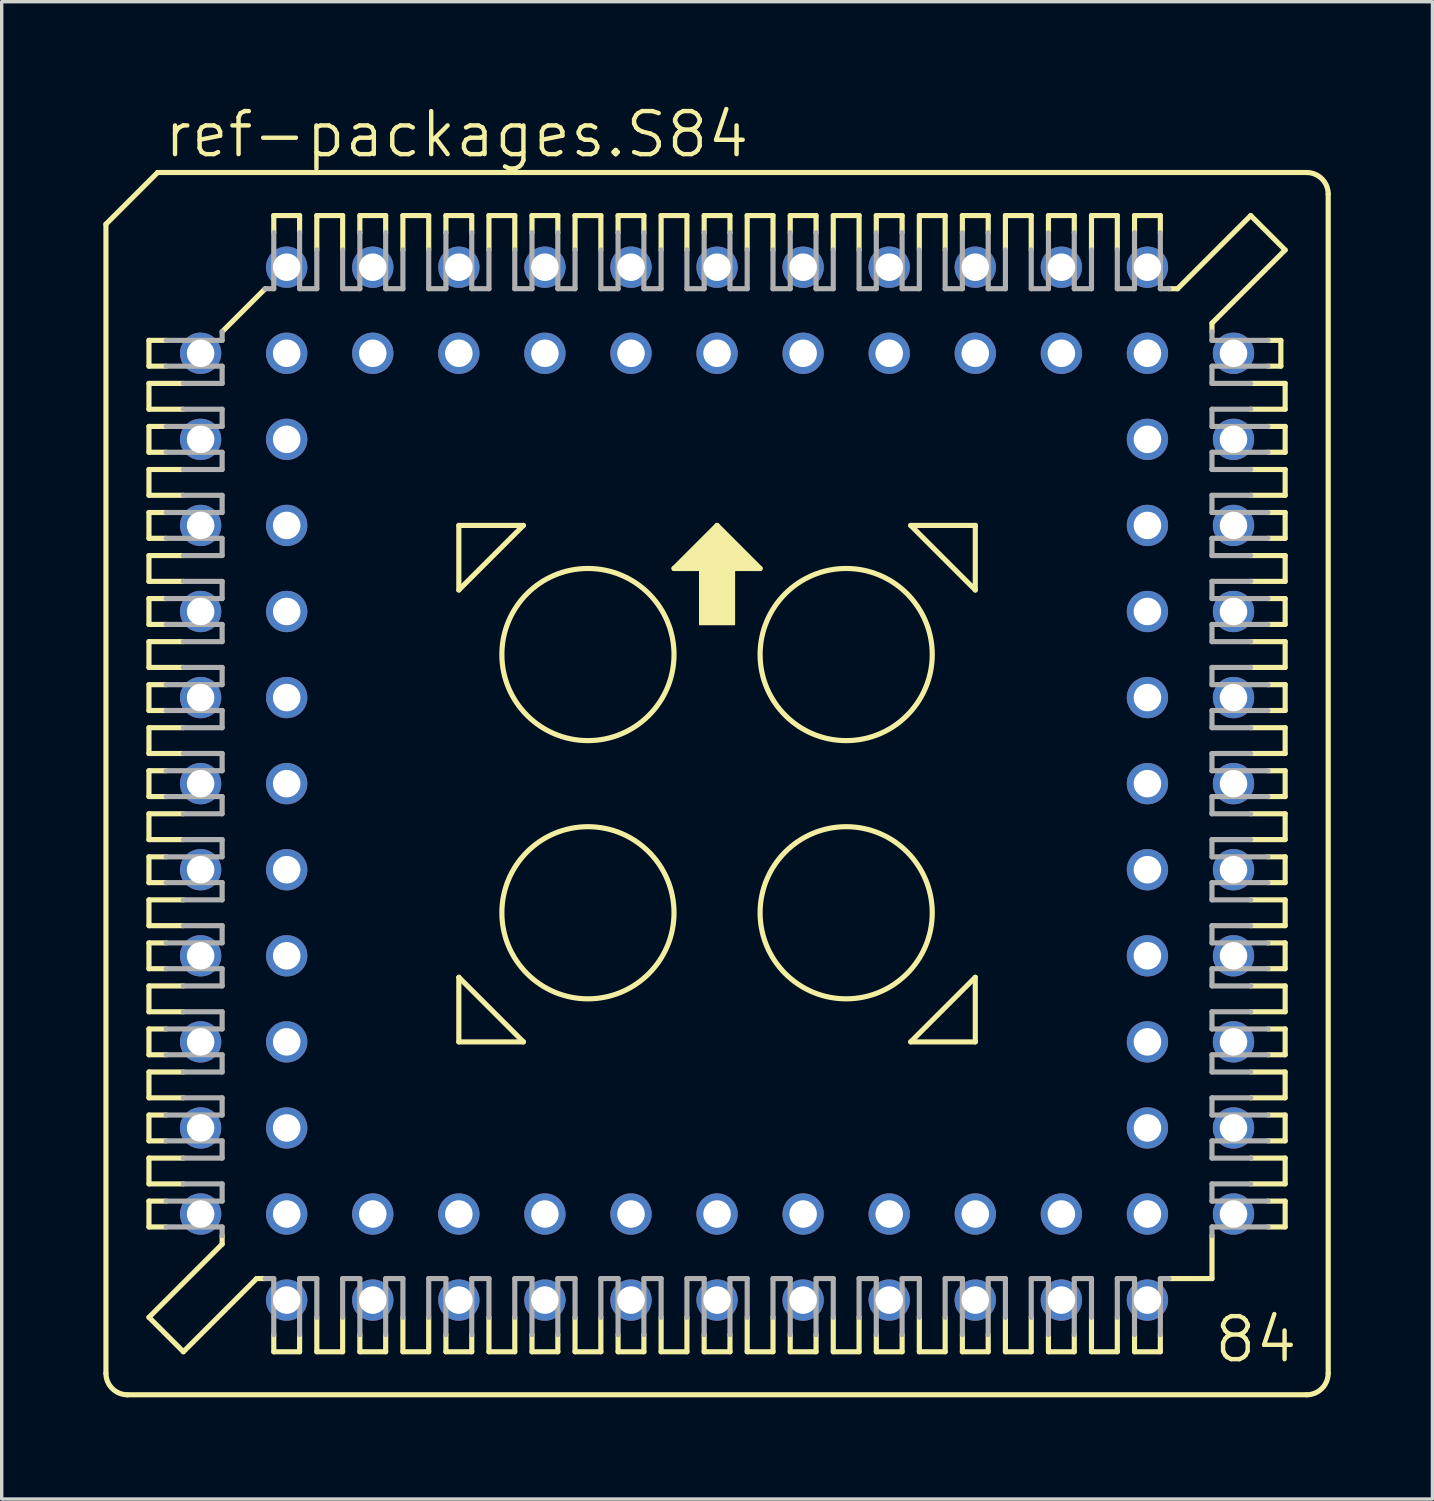
<source format=kicad_pcb>
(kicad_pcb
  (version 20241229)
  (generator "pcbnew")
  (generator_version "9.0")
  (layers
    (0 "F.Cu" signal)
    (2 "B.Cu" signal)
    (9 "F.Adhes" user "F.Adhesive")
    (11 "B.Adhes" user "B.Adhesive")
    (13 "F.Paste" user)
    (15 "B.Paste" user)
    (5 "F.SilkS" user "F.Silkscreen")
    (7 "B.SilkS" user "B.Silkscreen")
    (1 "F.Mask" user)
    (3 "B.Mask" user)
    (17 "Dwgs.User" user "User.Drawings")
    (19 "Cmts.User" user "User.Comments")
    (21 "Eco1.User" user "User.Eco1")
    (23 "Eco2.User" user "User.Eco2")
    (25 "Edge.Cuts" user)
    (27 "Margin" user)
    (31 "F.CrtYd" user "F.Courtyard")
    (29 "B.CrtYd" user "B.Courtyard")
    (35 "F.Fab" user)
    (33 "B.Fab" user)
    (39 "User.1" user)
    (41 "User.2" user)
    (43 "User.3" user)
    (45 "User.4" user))
  (footprint "ref-packages.S84"
    (layer "F.Cu")
    (at 18.11 20.075)
    (property "Reference" "ref-packages.S84" (at -16.383 -18.415 0) (layer "F.SilkS") (effects (font (size 1.27 1.27) (thickness 0.13)) (justify left bottom)))
    (attr through_hole)
    (fp_line (start -18.034 -16.51) (end -18.034 17.399) (stroke (width 0.152) (type default)) (layer "F.SilkS"))
    (fp_line (start -16.764 -13.081) (end -16.764 -12.319) (stroke (width 0.152) (type default)) (layer "F.SilkS"))
    (fp_line (start -16.764 -12.319) (end -16.256 -12.319) (stroke (width 0.152) (type default)) (layer "F.SilkS"))
    (fp_line (start -16.764 -11.811) (end -16.764 -11.049) (stroke (width 0.152) (type default)) (layer "F.SilkS"))
    (fp_line (start -16.764 -11.049) (end -15.748 -11.049) (stroke (width 0.152) (type default)) (layer "F.SilkS"))
    (fp_line (start -16.764 -10.541) (end -16.764 -9.779) (stroke (width 0.152) (type default)) (layer "F.SilkS"))
    (fp_line (start -16.764 -9.779) (end -16.256 -9.779) (stroke (width 0.152) (type default)) (layer "F.SilkS"))
    (fp_line (start -16.764 -9.271) (end -16.764 -8.509) (stroke (width 0.152) (type default)) (layer "F.SilkS"))
    (fp_line (start -16.764 -8.509) (end -15.748 -8.509) (stroke (width 0.152) (type default)) (layer "F.SilkS"))
    (fp_line (start -16.764 -8.001) (end -16.256 -8.001) (stroke (width 0.152) (type default)) (layer "F.SilkS"))
    (fp_line (start -16.764 -7.239) (end -16.764 -8.001) (stroke (width 0.152) (type default)) (layer "F.SilkS"))
    (fp_line (start -16.764 -6.731) (end -16.764 -5.969) (stroke (width 0.152) (type default)) (layer "F.SilkS"))
    (fp_line (start -16.764 -5.969) (end -15.748 -5.969) (stroke (width 0.152) (type default)) (layer "F.SilkS"))
    (fp_line (start -16.764 -5.461) (end -16.764 -4.699) (stroke (width 0.152) (type default)) (layer "F.SilkS"))
    (fp_line (start -16.764 -4.699) (end -16.256 -4.699) (stroke (width 0.152) (type default)) (layer "F.SilkS"))
    (fp_line (start -16.764 -4.191) (end -16.764 -3.429) (stroke (width 0.152) (type default)) (layer "F.SilkS"))
    (fp_line (start -16.764 -3.429) (end -15.748 -3.429) (stroke (width 0.152) (type default)) (layer "F.SilkS"))
    (fp_line (start -16.764 -2.921) (end -16.764 -2.159) (stroke (width 0.152) (type default)) (layer "F.SilkS"))
    (fp_line (start -16.764 -2.159) (end -16.256 -2.159) (stroke (width 0.152) (type default)) (layer "F.SilkS"))
    (fp_line (start -16.764 -1.651) (end -15.748 -1.651) (stroke (width 0.152) (type default)) (layer "F.SilkS"))
    (fp_line (start -16.764 -0.889) (end -16.764 -1.651) (stroke (width 0.152) (type default)) (layer "F.SilkS"))
    (fp_line (start -16.764 -0.381) (end -16.256 -0.381) (stroke (width 0.152) (type default)) (layer "F.SilkS"))
    (fp_line (start -16.764 0.381) (end -16.764 -0.381) (stroke (width 0.152) (type default)) (layer "F.SilkS"))
    (fp_line (start -16.764 0.889) (end -15.748 0.889) (stroke (width 0.152) (type default)) (layer "F.SilkS"))
    (fp_line (start -16.764 1.651) (end -16.764 0.889) (stroke (width 0.152) (type default)) (layer "F.SilkS"))
    (fp_line (start -16.764 2.159) (end -16.256 2.159) (stroke (width 0.152) (type default)) (layer "F.SilkS"))
    (fp_line (start -16.764 2.921) (end -16.764 2.159) (stroke (width 0.152) (type default)) (layer "F.SilkS"))
    (fp_line (start -16.764 3.429) (end -15.748 3.429) (stroke (width 0.152) (type default)) (layer "F.SilkS"))
    (fp_line (start -16.764 4.191) (end -16.764 3.429) (stroke (width 0.152) (type default)) (layer "F.SilkS"))
    (fp_line (start -16.764 4.699) (end -16.256 4.699) (stroke (width 0.152) (type default)) (layer "F.SilkS"))
    (fp_line (start -16.764 5.461) (end -16.764 4.699) (stroke (width 0.152) (type default)) (layer "F.SilkS"))
    (fp_line (start -16.764 5.969) (end -16.764 6.731) (stroke (width 0.152) (type default)) (layer "F.SilkS"))
    (fp_line (start -16.764 6.731) (end -15.748 6.731) (stroke (width 0.152) (type default)) (layer "F.SilkS"))
    (fp_line (start -16.764 7.239) (end -16.764 8.001) (stroke (width 0.152) (type default)) (layer "F.SilkS"))
    (fp_line (start -16.764 8.001) (end -16.256 8.001) (stroke (width 0.152) (type default)) (layer "F.SilkS"))
    (fp_line (start -16.764 8.509) (end -16.764 9.271) (stroke (width 0.152) (type default)) (layer "F.SilkS"))
    (fp_line (start -16.764 9.271) (end -15.748 9.271) (stroke (width 0.152) (type default)) (layer "F.SilkS"))
    (fp_line (start -16.764 9.779) (end -16.764 10.541) (stroke (width 0.152) (type default)) (layer "F.SilkS"))
    (fp_line (start -16.764 10.541) (end -16.256 10.541) (stroke (width 0.152) (type default)) (layer "F.SilkS"))
    (fp_line (start -16.764 11.049) (end -15.748 11.049) (stroke (width 0.152) (type default)) (layer "F.SilkS"))
    (fp_line (start -16.764 11.811) (end -16.764 11.049) (stroke (width 0.152) (type default)) (layer "F.SilkS"))
    (fp_line (start -16.764 12.319) (end -16.256 12.319) (stroke (width 0.152) (type default)) (layer "F.SilkS"))
    (fp_line (start -16.764 13.081) (end -16.764 12.319) (stroke (width 0.152) (type default)) (layer "F.SilkS"))
    (fp_line (start -16.764 15.748) (end -14.605 13.589) (stroke (width 0.152) (type default)) (layer "F.SilkS"))
    (fp_line (start -16.51 -18.034) (end -18.034 -16.51) (stroke (width 0.152) (type default)) (layer "F.SilkS"))
    (fp_line (start -16.256 -13.081) (end -16.764 -13.081) (stroke (width 0.152) (type default)) (layer "F.SilkS"))
    (fp_line (start -16.256 -10.541) (end -16.764 -10.541) (stroke (width 0.152) (type default)) (layer "F.SilkS"))
    (fp_line (start -16.256 -7.239) (end -16.764 -7.239) (stroke (width 0.152) (type default)) (layer "F.SilkS"))
    (fp_line (start -16.256 -5.461) (end -16.764 -5.461) (stroke (width 0.152) (type default)) (layer "F.SilkS"))
    (fp_line (start -16.256 -2.921) (end -16.764 -2.921) (stroke (width 0.152) (type default)) (layer "F.SilkS"))
    (fp_line (start -16.256 0.381) (end -16.764 0.381) (stroke (width 0.152) (type default)) (layer "F.SilkS"))
    (fp_line (start -16.256 2.921) (end -16.764 2.921) (stroke (width 0.152) (type default)) (layer "F.SilkS"))
    (fp_line (start -16.256 5.461) (end -16.764 5.461) (stroke (width 0.152) (type default)) (layer "F.SilkS"))
    (fp_line (start -16.256 7.239) (end -16.764 7.239) (stroke (width 0.152) (type default)) (layer "F.SilkS"))
    (fp_line (start -16.256 9.779) (end -16.764 9.779) (stroke (width 0.152) (type default)) (layer "F.SilkS"))
    (fp_line (start -16.256 13.081) (end -16.764 13.081) (stroke (width 0.152) (type default)) (layer "F.SilkS"))
    (fp_line (start -15.748 -11.811) (end -16.764 -11.811) (stroke (width 0.152) (type default)) (layer "F.SilkS"))
    (fp_line (start -15.748 -9.271) (end -16.764 -9.271) (stroke (width 0.152) (type default)) (layer "F.SilkS"))
    (fp_line (start -15.748 -6.731) (end -16.764 -6.731) (stroke (width 0.152) (type default)) (layer "F.SilkS"))
    (fp_line (start -15.748 -4.191) (end -16.764 -4.191) (stroke (width 0.152) (type default)) (layer "F.SilkS"))
    (fp_line (start -15.748 -0.889) (end -16.764 -0.889) (stroke (width 0.152) (type default)) (layer "F.SilkS"))
    (fp_line (start -15.748 1.651) (end -16.764 1.651) (stroke (width 0.152) (type default)) (layer "F.SilkS"))
    (fp_line (start -15.748 4.191) (end -16.764 4.191) (stroke (width 0.152) (type default)) (layer "F.SilkS"))
    (fp_line (start -15.748 5.969) (end -16.764 5.969) (stroke (width 0.152) (type default)) (layer "F.SilkS"))
    (fp_line (start -15.748 8.509) (end -16.764 8.509) (stroke (width 0.152) (type default)) (layer "F.SilkS"))
    (fp_line (start -15.748 11.811) (end -16.764 11.811) (stroke (width 0.152) (type default)) (layer "F.SilkS"))
    (fp_line (start -15.748 16.764) (end -16.764 15.748) (stroke (width 0.152) (type default)) (layer "F.SilkS"))
    (fp_line (start -15.748 16.764) (end -13.589 14.605) (stroke (width 0.152) (type default)) (layer "F.SilkS"))
    (fp_line (start -14.605 -13.335) (end -13.335 -14.605) (stroke (width 0.152) (type default)) (layer "F.SilkS"))
    (fp_line (start -14.605 13.589) (end -14.605 13.335) (stroke (width 0.152) (type default)) (layer "F.SilkS"))
    (fp_line (start -13.589 14.605) (end -13.335 14.605) (stroke (width 0.152) (type default)) (layer "F.SilkS"))
    (fp_line (start -13.081 -16.764) (end -13.081 -16.256) (stroke (width 0.152) (type default)) (layer "F.SilkS"))
    (fp_line (start -13.081 16.256) (end -13.081 16.764) (stroke (width 0.152) (type default)) (layer "F.SilkS"))
    (fp_line (start -13.081 16.764) (end -12.319 16.764) (stroke (width 0.152) (type default)) (layer "F.SilkS"))
    (fp_line (start -12.319 -16.764) (end -13.081 -16.764) (stroke (width 0.152) (type default)) (layer "F.SilkS"))
    (fp_line (start -12.319 -16.256) (end -12.319 -16.764) (stroke (width 0.152) (type default)) (layer "F.SilkS"))
    (fp_line (start -12.319 16.764) (end -12.319 16.256) (stroke (width 0.152) (type default)) (layer "F.SilkS"))
    (fp_line (start -11.811 -16.764) (end -11.049 -16.764) (stroke (width 0.152) (type default)) (layer "F.SilkS"))
    (fp_line (start -11.811 -15.748) (end -11.811 -16.764) (stroke (width 0.152) (type default)) (layer "F.SilkS"))
    (fp_line (start -11.811 15.748) (end -11.811 16.764) (stroke (width 0.152) (type default)) (layer "F.SilkS"))
    (fp_line (start -11.811 16.764) (end -11.049 16.764) (stroke (width 0.152) (type default)) (layer "F.SilkS"))
    (fp_line (start -11.049 -16.764) (end -11.049 -15.748) (stroke (width 0.152) (type default)) (layer "F.SilkS"))
    (fp_line (start -11.049 16.764) (end -11.049 15.748) (stroke (width 0.152) (type default)) (layer "F.SilkS"))
    (fp_line (start -10.541 -16.764) (end -10.541 -16.256) (stroke (width 0.152) (type default)) (layer "F.SilkS"))
    (fp_line (start -10.541 16.256) (end -10.541 16.764) (stroke (width 0.152) (type default)) (layer "F.SilkS"))
    (fp_line (start -10.541 16.764) (end -9.779 16.764) (stroke (width 0.152) (type default)) (layer "F.SilkS"))
    (fp_line (start -9.779 -16.764) (end -10.541 -16.764) (stroke (width 0.152) (type default)) (layer "F.SilkS"))
    (fp_line (start -9.779 -16.256) (end -9.779 -16.764) (stroke (width 0.152) (type default)) (layer "F.SilkS"))
    (fp_line (start -9.779 16.764) (end -9.779 16.256) (stroke (width 0.152) (type default)) (layer "F.SilkS"))
    (fp_line (start -9.271 -16.764) (end -9.271 -15.748) (stroke (width 0.152) (type default)) (layer "F.SilkS"))
    (fp_line (start -9.271 15.748) (end -9.271 16.764) (stroke (width 0.152) (type default)) (layer "F.SilkS"))
    (fp_line (start -9.271 16.764) (end -8.509 16.764) (stroke (width 0.152) (type default)) (layer "F.SilkS"))
    (fp_line (start -8.509 -16.764) (end -9.271 -16.764) (stroke (width 0.152) (type default)) (layer "F.SilkS"))
    (fp_line (start -8.509 -15.748) (end -8.509 -16.764) (stroke (width 0.152) (type default)) (layer "F.SilkS"))
    (fp_line (start -8.509 16.764) (end -8.509 15.748) (stroke (width 0.152) (type default)) (layer "F.SilkS"))
    (fp_line (start -8.001 -16.764) (end -8.001 -16.256) (stroke (width 0.152) (type default)) (layer "F.SilkS"))
    (fp_line (start -8.001 16.764) (end -8.001 16.256) (stroke (width 0.152) (type default)) (layer "F.SilkS"))
    (fp_line (start -7.62 -7.62) (end -5.715 -7.62) (stroke (width 0.152) (type default)) (layer "F.SilkS"))
    (fp_line (start -7.62 -5.715) (end -7.62 -7.62) (stroke (width 0.152) (type default)) (layer "F.SilkS"))
    (fp_line (start -7.62 5.715) (end -5.715 7.62) (stroke (width 0.152) (type default)) (layer "F.SilkS"))
    (fp_line (start -7.62 7.62) (end -7.62 5.715) (stroke (width 0.152) (type default)) (layer "F.SilkS"))
    (fp_line (start -7.239 -16.764) (end -8.001 -16.764) (stroke (width 0.152) (type default)) (layer "F.SilkS"))
    (fp_line (start -7.239 -16.256) (end -7.239 -16.764) (stroke (width 0.152) (type default)) (layer "F.SilkS"))
    (fp_line (start -7.239 16.256) (end -7.239 16.764) (stroke (width 0.152) (type default)) (layer "F.SilkS"))
    (fp_line (start -7.239 16.764) (end -8.001 16.764) (stroke (width 0.152) (type default)) (layer "F.SilkS"))
    (fp_line (start -6.731 -16.764) (end -6.731 -15.748) (stroke (width 0.152) (type default)) (layer "F.SilkS"))
    (fp_line (start -6.731 15.748) (end -6.731 16.764) (stroke (width 0.152) (type default)) (layer "F.SilkS"))
    (fp_line (start -6.731 16.764) (end -5.969 16.764) (stroke (width 0.152) (type default)) (layer "F.SilkS"))
    (fp_line (start -5.969 -16.764) (end -6.731 -16.764) (stroke (width 0.152) (type default)) (layer "F.SilkS"))
    (fp_line (start -5.969 -15.748) (end -5.969 -16.764) (stroke (width 0.152) (type default)) (layer "F.SilkS"))
    (fp_line (start -5.969 16.764) (end -5.969 15.748) (stroke (width 0.152) (type default)) (layer "F.SilkS"))
    (fp_line (start -5.715 -7.62) (end -7.62 -5.715) (stroke (width 0.152) (type default)) (layer "F.SilkS"))
    (fp_line (start -5.715 7.62) (end -7.62 7.62) (stroke (width 0.152) (type default)) (layer "F.SilkS"))
    (fp_line (start -5.461 -16.764) (end -5.461 -16.256) (stroke (width 0.152) (type default)) (layer "F.SilkS"))
    (fp_line (start -5.461 16.256) (end -5.461 16.764) (stroke (width 0.152) (type default)) (layer "F.SilkS"))
    (fp_line (start -5.461 16.764) (end -4.699 16.764) (stroke (width 0.152) (type default)) (layer "F.SilkS"))
    (fp_line (start -4.699 -16.764) (end -5.461 -16.764) (stroke (width 0.152) (type default)) (layer "F.SilkS"))
    (fp_line (start -4.699 -16.256) (end -4.699 -16.764) (stroke (width 0.152) (type default)) (layer "F.SilkS"))
    (fp_line (start -4.699 16.764) (end -4.699 16.256) (stroke (width 0.152) (type default)) (layer "F.SilkS"))
    (fp_line (start -4.191 -16.764) (end -4.191 -15.748) (stroke (width 0.152) (type default)) (layer "F.SilkS"))
    (fp_line (start -4.191 15.748) (end -4.191 16.764) (stroke (width 0.152) (type default)) (layer "F.SilkS"))
    (fp_line (start -4.191 16.764) (end -3.429 16.764) (stroke (width 0.152) (type default)) (layer "F.SilkS"))
    (fp_line (start -3.429 -16.764) (end -4.191 -16.764) (stroke (width 0.152) (type default)) (layer "F.SilkS"))
    (fp_line (start -3.429 -15.748) (end -3.429 -16.764) (stroke (width 0.152) (type default)) (layer "F.SilkS"))
    (fp_line (start -3.429 16.764) (end -3.429 15.748) (stroke (width 0.152) (type default)) (layer "F.SilkS"))
    (fp_line (start -2.921 -16.764) (end -2.921 -16.256) (stroke (width 0.152) (type default)) (layer "F.SilkS"))
    (fp_line (start -2.921 16.256) (end -2.921 16.764) (stroke (width 0.152) (type default)) (layer "F.SilkS"))
    (fp_line (start -2.921 16.764) (end -2.159 16.764) (stroke (width 0.152) (type default)) (layer "F.SilkS"))
    (fp_line (start -2.159 -16.764) (end -2.921 -16.764) (stroke (width 0.152) (type default)) (layer "F.SilkS"))
    (fp_line (start -2.159 -16.256) (end -2.159 -16.764) (stroke (width 0.152) (type default)) (layer "F.SilkS"))
    (fp_line (start -2.159 16.764) (end -2.159 16.256) (stroke (width 0.152) (type default)) (layer "F.SilkS"))
    (fp_line (start -1.651 -16.764) (end -1.651 -15.748) (stroke (width 0.152) (type default)) (layer "F.SilkS"))
    (fp_line (start -1.651 15.748) (end -1.651 16.764) (stroke (width 0.152) (type default)) (layer "F.SilkS"))
    (fp_line (start -1.651 16.764) (end -0.889 16.764) (stroke (width 0.152) (type default)) (layer "F.SilkS"))
    (fp_line (start -1.27 -6.35) (end 1.27 -6.35) (stroke (width 0.152) (type default)) (layer "F.SilkS"))
    (fp_line (start -0.889 -16.764) (end -1.651 -16.764) (stroke (width 0.152) (type default)) (layer "F.SilkS"))
    (fp_line (start -0.889 -15.748) (end -0.889 -16.764) (stroke (width 0.152) (type default)) (layer "F.SilkS"))
    (fp_line (start -0.889 16.764) (end -0.889 15.748) (stroke (width 0.152) (type default)) (layer "F.SilkS"))
    (fp_line (start -0.381 -16.764) (end -0.381 -16.256) (stroke (width 0.152) (type default)) (layer "F.SilkS"))
    (fp_line (start -0.381 16.256) (end -0.381 16.764) (stroke (width 0.152) (type default)) (layer "F.SilkS"))
    (fp_line (start -0.381 16.764) (end 0.381 16.764) (stroke (width 0.152) (type default)) (layer "F.SilkS"))
    (fp_line (start 0 -7.62) (end -1.27 -6.35) (stroke (width 0.152) (type default)) (layer "F.SilkS"))
    (fp_line (start 0.381 -16.764) (end -0.381 -16.764) (stroke (width 0.152) (type default)) (layer "F.SilkS"))
    (fp_line (start 0.381 -16.256) (end 0.381 -16.764) (stroke (width 0.152) (type default)) (layer "F.SilkS"))
    (fp_line (start 0.381 16.764) (end 0.381 16.256) (stroke (width 0.152) (type default)) (layer "F.SilkS"))
    (fp_line (start 0.889 -16.764) (end 0.889 -15.748) (stroke (width 0.152) (type default)) (layer "F.SilkS"))
    (fp_line (start 0.889 15.748) (end 0.889 16.764) (stroke (width 0.152) (type default)) (layer "F.SilkS"))
    (fp_line (start 0.889 16.764) (end 1.651 16.764) (stroke (width 0.152) (type default)) (layer "F.SilkS"))
    (fp_line (start 1.27 -6.35) (end 0 -7.62) (stroke (width 0.152) (type default)) (layer "F.SilkS"))
    (fp_line (start 1.651 -16.764) (end 0.889 -16.764) (stroke (width 0.152) (type default)) (layer "F.SilkS"))
    (fp_line (start 1.651 -15.748) (end 1.651 -16.764) (stroke (width 0.152) (type default)) (layer "F.SilkS"))
    (fp_line (start 1.651 16.764) (end 1.651 15.748) (stroke (width 0.152) (type default)) (layer "F.SilkS"))
    (fp_line (start 2.159 -16.764) (end 2.159 -16.256) (stroke (width 0.152) (type default)) (layer "F.SilkS"))
    (fp_line (start 2.159 16.256) (end 2.159 16.764) (stroke (width 0.152) (type default)) (layer "F.SilkS"))
    (fp_line (start 2.159 16.764) (end 2.921 16.764) (stroke (width 0.152) (type default)) (layer "F.SilkS"))
    (fp_line (start 2.921 -16.764) (end 2.159 -16.764) (stroke (width 0.152) (type default)) (layer "F.SilkS"))
    (fp_line (start 2.921 -16.256) (end 2.921 -16.764) (stroke (width 0.152) (type default)) (layer "F.SilkS"))
    (fp_line (start 2.921 16.764) (end 2.921 16.256) (stroke (width 0.152) (type default)) (layer "F.SilkS"))
    (fp_line (start 3.429 -16.764) (end 3.429 -15.748) (stroke (width 0.152) (type default)) (layer "F.SilkS"))
    (fp_line (start 3.429 15.748) (end 3.429 16.764) (stroke (width 0.152) (type default)) (layer "F.SilkS"))
    (fp_line (start 3.429 16.764) (end 4.191 16.764) (stroke (width 0.152) (type default)) (layer "F.SilkS"))
    (fp_line (start 4.191 -16.764) (end 3.429 -16.764) (stroke (width 0.152) (type default)) (layer "F.SilkS"))
    (fp_line (start 4.191 -15.748) (end 4.191 -16.764) (stroke (width 0.152) (type default)) (layer "F.SilkS"))
    (fp_line (start 4.191 16.764) (end 4.191 15.748) (stroke (width 0.152) (type default)) (layer "F.SilkS"))
    (fp_line (start 4.699 -16.764) (end 4.699 -16.256) (stroke (width 0.152) (type default)) (layer "F.SilkS"))
    (fp_line (start 4.699 16.256) (end 4.699 16.764) (stroke (width 0.152) (type default)) (layer "F.SilkS"))
    (fp_line (start 4.699 16.764) (end 5.461 16.764) (stroke (width 0.152) (type default)) (layer "F.SilkS"))
    (fp_line (start 5.461 -16.764) (end 4.699 -16.764) (stroke (width 0.152) (type default)) (layer "F.SilkS"))
    (fp_line (start 5.461 -16.256) (end 5.461 -16.764) (stroke (width 0.152) (type default)) (layer "F.SilkS"))
    (fp_line (start 5.461 16.764) (end 5.461 16.256) (stroke (width 0.152) (type default)) (layer "F.SilkS"))
    (fp_line (start 5.715 -7.62) (end 7.62 -5.715) (stroke (width 0.152) (type default)) (layer "F.SilkS"))
    (fp_line (start 5.715 7.62) (end 7.62 7.62) (stroke (width 0.152) (type default)) (layer "F.SilkS"))
    (fp_line (start 5.969 -16.764) (end 5.969 -15.748) (stroke (width 0.152) (type default)) (layer "F.SilkS"))
    (fp_line (start 5.969 15.748) (end 5.969 16.764) (stroke (width 0.152) (type default)) (layer "F.SilkS"))
    (fp_line (start 5.969 16.764) (end 6.731 16.764) (stroke (width 0.152) (type default)) (layer "F.SilkS"))
    (fp_line (start 6.731 -16.764) (end 5.969 -16.764) (stroke (width 0.152) (type default)) (layer "F.SilkS"))
    (fp_line (start 6.731 -15.748) (end 6.731 -16.764) (stroke (width 0.152) (type default)) (layer "F.SilkS"))
    (fp_line (start 6.731 16.764) (end 6.731 15.748) (stroke (width 0.152) (type default)) (layer "F.SilkS"))
    (fp_line (start 7.239 -16.764) (end 8.001 -16.764) (stroke (width 0.152) (type default)) (layer "F.SilkS"))
    (fp_line (start 7.239 -16.256) (end 7.239 -16.764) (stroke (width 0.152) (type default)) (layer "F.SilkS"))
    (fp_line (start 7.239 16.256) (end 7.239 16.764) (stroke (width 0.152) (type default)) (layer "F.SilkS"))
    (fp_line (start 7.239 16.764) (end 8.001 16.764) (stroke (width 0.152) (type default)) (layer "F.SilkS"))
    (fp_line (start 7.62 -7.62) (end 5.715 -7.62) (stroke (width 0.152) (type default)) (layer "F.SilkS"))
    (fp_line (start 7.62 -5.715) (end 7.62 -7.62) (stroke (width 0.152) (type default)) (layer "F.SilkS"))
    (fp_line (start 7.62 5.715) (end 5.715 7.62) (stroke (width 0.152) (type default)) (layer "F.SilkS"))
    (fp_line (start 7.62 7.62) (end 7.62 5.715) (stroke (width 0.152) (type default)) (layer "F.SilkS"))
    (fp_line (start 8.001 -16.764) (end 8.001 -16.256) (stroke (width 0.152) (type default)) (layer "F.SilkS"))
    (fp_line (start 8.001 16.764) (end 8.001 16.256) (stroke (width 0.152) (type default)) (layer "F.SilkS"))
    (fp_line (start 8.509 -16.764) (end 8.509 -15.748) (stroke (width 0.152) (type default)) (layer "F.SilkS"))
    (fp_line (start 8.509 15.748) (end 8.509 16.764) (stroke (width 0.152) (type default)) (layer "F.SilkS"))
    (fp_line (start 8.509 16.764) (end 9.271 16.764) (stroke (width 0.152) (type default)) (layer "F.SilkS"))
    (fp_line (start 9.271 -16.764) (end 8.509 -16.764) (stroke (width 0.152) (type default)) (layer "F.SilkS"))
    (fp_line (start 9.271 -15.748) (end 9.271 -16.764) (stroke (width 0.152) (type default)) (layer "F.SilkS"))
    (fp_line (start 9.271 16.764) (end 9.271 15.748) (stroke (width 0.152) (type default)) (layer "F.SilkS"))
    (fp_line (start 9.779 -16.764) (end 9.779 -16.256) (stroke (width 0.152) (type default)) (layer "F.SilkS"))
    (fp_line (start 9.779 16.256) (end 9.779 16.764) (stroke (width 0.152) (type default)) (layer "F.SilkS"))
    (fp_line (start 9.779 16.764) (end 10.541 16.764) (stroke (width 0.152) (type default)) (layer "F.SilkS"))
    (fp_line (start 10.541 -16.764) (end 9.779 -16.764) (stroke (width 0.152) (type default)) (layer "F.SilkS"))
    (fp_line (start 10.541 -16.256) (end 10.541 -16.764) (stroke (width 0.152) (type default)) (layer "F.SilkS"))
    (fp_line (start 10.541 16.764) (end 10.541 16.256) (stroke (width 0.152) (type default)) (layer "F.SilkS"))
    (fp_line (start 11.049 -16.764) (end 11.049 -15.748) (stroke (width 0.152) (type default)) (layer "F.SilkS"))
    (fp_line (start 11.049 16.764) (end 11.049 15.748) (stroke (width 0.152) (type default)) (layer "F.SilkS"))
    (fp_line (start 11.811 -16.764) (end 11.049 -16.764) (stroke (width 0.152) (type default)) (layer "F.SilkS"))
    (fp_line (start 11.811 -15.748) (end 11.811 -16.764) (stroke (width 0.152) (type default)) (layer "F.SilkS"))
    (fp_line (start 11.811 15.748) (end 11.811 16.764) (stroke (width 0.152) (type default)) (layer "F.SilkS"))
    (fp_line (start 11.811 16.764) (end 11.049 16.764) (stroke (width 0.152) (type default)) (layer "F.SilkS"))
    (fp_line (start 12.319 -16.764) (end 12.319 -16.256) (stroke (width 0.152) (type default)) (layer "F.SilkS"))
    (fp_line (start 12.319 16.256) (end 12.319 16.764) (stroke (width 0.152) (type default)) (layer "F.SilkS"))
    (fp_line (start 12.319 16.764) (end 13.081 16.764) (stroke (width 0.152) (type default)) (layer "F.SilkS"))
    (fp_line (start 13.081 -16.764) (end 12.319 -16.764) (stroke (width 0.152) (type default)) (layer "F.SilkS"))
    (fp_line (start 13.081 -16.256) (end 13.081 -16.764) (stroke (width 0.152) (type default)) (layer "F.SilkS"))
    (fp_line (start 13.081 16.764) (end 13.081 16.256) (stroke (width 0.152) (type default)) (layer "F.SilkS"))
    (fp_line (start 13.335 14.605) (end 14.605 14.605) (stroke (width 0.152) (type default)) (layer "F.SilkS"))
    (fp_line (start 13.589 -14.605) (end 13.335 -14.605) (stroke (width 0.152) (type default)) (layer "F.SilkS"))
    (fp_line (start 14.605 -13.589) (end 14.605 -13.335) (stroke (width 0.152) (type default)) (layer "F.SilkS"))
    (fp_line (start 14.605 14.605) (end 14.605 13.335) (stroke (width 0.152) (type default)) (layer "F.SilkS"))
    (fp_line (start 15.748 -16.764) (end 13.589 -14.605) (stroke (width 0.152) (type default)) (layer "F.SilkS"))
    (fp_line (start 15.748 -11.811) (end 16.764 -11.811) (stroke (width 0.152) (type default)) (layer "F.SilkS"))
    (fp_line (start 15.748 -8.509) (end 16.764 -8.509) (stroke (width 0.152) (type default)) (layer "F.SilkS"))
    (fp_line (start 15.748 -5.969) (end 16.764 -5.969) (stroke (width 0.152) (type default)) (layer "F.SilkS"))
    (fp_line (start 15.748 -4.191) (end 16.764 -4.191) (stroke (width 0.152) (type default)) (layer "F.SilkS"))
    (fp_line (start 15.748 -1.651) (end 16.764 -1.651) (stroke (width 0.152) (type default)) (layer "F.SilkS"))
    (fp_line (start 15.748 0.889) (end 16.764 0.889) (stroke (width 0.152) (type default)) (layer "F.SilkS"))
    (fp_line (start 15.748 4.191) (end 16.764 4.191) (stroke (width 0.152) (type default)) (layer "F.SilkS"))
    (fp_line (start 15.748 6.731) (end 16.764 6.731) (stroke (width 0.152) (type default)) (layer "F.SilkS"))
    (fp_line (start 15.748 9.271) (end 16.764 9.271) (stroke (width 0.152) (type default)) (layer "F.SilkS"))
    (fp_line (start 15.748 11.811) (end 16.764 11.811) (stroke (width 0.152) (type default)) (layer "F.SilkS"))
    (fp_line (start 16.256 -13.081) (end 16.637 -13.081) (stroke (width 0.152) (type default)) (layer "F.SilkS"))
    (fp_line (start 16.256 -9.779) (end 16.764 -9.779) (stroke (width 0.152) (type default)) (layer "F.SilkS"))
    (fp_line (start 16.256 -7.239) (end 16.764 -7.239) (stroke (width 0.152) (type default)) (layer "F.SilkS"))
    (fp_line (start 16.256 -5.461) (end 16.764 -5.461) (stroke (width 0.152) (type default)) (layer "F.SilkS"))
    (fp_line (start 16.256 -2.921) (end 16.764 -2.921) (stroke (width 0.152) (type default)) (layer "F.SilkS"))
    (fp_line (start 16.256 -0.381) (end 16.764 -0.381) (stroke (width 0.152) (type default)) (layer "F.SilkS"))
    (fp_line (start 16.256 2.921) (end 16.764 2.921) (stroke (width 0.152) (type default)) (layer "F.SilkS"))
    (fp_line (start 16.256 5.461) (end 16.764 5.461) (stroke (width 0.152) (type default)) (layer "F.SilkS"))
    (fp_line (start 16.256 7.239) (end 16.764 7.239) (stroke (width 0.152) (type default)) (layer "F.SilkS"))
    (fp_line (start 16.256 10.541) (end 16.764 10.541) (stroke (width 0.152) (type default)) (layer "F.SilkS"))
    (fp_line (start 16.256 13.081) (end 16.764 13.081) (stroke (width 0.152) (type default)) (layer "F.SilkS"))
    (fp_line (start 16.637 -13.081) (end 16.637 -12.319) (stroke (width 0.152) (type default)) (layer "F.SilkS"))
    (fp_line (start 16.637 -12.319) (end 16.256 -12.319) (stroke (width 0.152) (type default)) (layer "F.SilkS"))
    (fp_line (start 16.764 -15.748) (end 14.605 -13.589) (stroke (width 0.152) (type default)) (layer "F.SilkS"))
    (fp_line (start 16.764 -15.748) (end 15.748 -16.764) (stroke (width 0.152) (type default)) (layer "F.SilkS"))
    (fp_line (start 16.764 -11.811) (end 16.764 -11.049) (stroke (width 0.152) (type default)) (layer "F.SilkS"))
    (fp_line (start 16.764 -11.049) (end 15.748 -11.049) (stroke (width 0.152) (type default)) (layer "F.SilkS"))
    (fp_line (start 16.764 -10.541) (end 16.256 -10.541) (stroke (width 0.152) (type default)) (layer "F.SilkS"))
    (fp_line (start 16.764 -9.779) (end 16.764 -10.541) (stroke (width 0.152) (type default)) (layer "F.SilkS"))
    (fp_line (start 16.764 -9.271) (end 15.748 -9.271) (stroke (width 0.152) (type default)) (layer "F.SilkS"))
    (fp_line (start 16.764 -8.509) (end 16.764 -9.271) (stroke (width 0.152) (type default)) (layer "F.SilkS"))
    (fp_line (start 16.764 -8.001) (end 16.256 -8.001) (stroke (width 0.152) (type default)) (layer "F.SilkS"))
    (fp_line (start 16.764 -7.239) (end 16.764 -8.001) (stroke (width 0.152) (type default)) (layer "F.SilkS"))
    (fp_line (start 16.764 -6.731) (end 15.748 -6.731) (stroke (width 0.152) (type default)) (layer "F.SilkS"))
    (fp_line (start 16.764 -5.969) (end 16.764 -6.731) (stroke (width 0.152) (type default)) (layer "F.SilkS"))
    (fp_line (start 16.764 -5.461) (end 16.764 -4.699) (stroke (width 0.152) (type default)) (layer "F.SilkS"))
    (fp_line (start 16.764 -4.699) (end 16.256 -4.699) (stroke (width 0.152) (type default)) (layer "F.SilkS"))
    (fp_line (start 16.764 -4.191) (end 16.764 -3.429) (stroke (width 0.152) (type default)) (layer "F.SilkS"))
    (fp_line (start 16.764 -3.429) (end 15.748 -3.429) (stroke (width 0.152) (type default)) (layer "F.SilkS"))
    (fp_line (start 16.764 -2.921) (end 16.764 -2.159) (stroke (width 0.152) (type default)) (layer "F.SilkS"))
    (fp_line (start 16.764 -2.159) (end 16.256 -2.159) (stroke (width 0.152) (type default)) (layer "F.SilkS"))
    (fp_line (start 16.764 -1.651) (end 16.764 -0.889) (stroke (width 0.152) (type default)) (layer "F.SilkS"))
    (fp_line (start 16.764 -0.889) (end 15.748 -0.889) (stroke (width 0.152) (type default)) (layer "F.SilkS"))
    (fp_line (start 16.764 -0.381) (end 16.764 0.381) (stroke (width 0.152) (type default)) (layer "F.SilkS"))
    (fp_line (start 16.764 0.381) (end 16.256 0.381) (stroke (width 0.152) (type default)) (layer "F.SilkS"))
    (fp_line (start 16.764 0.889) (end 16.764 1.651) (stroke (width 0.152) (type default)) (layer "F.SilkS"))
    (fp_line (start 16.764 1.651) (end 15.748 1.651) (stroke (width 0.152) (type default)) (layer "F.SilkS"))
    (fp_line (start 16.764 2.159) (end 16.256 2.159) (stroke (width 0.152) (type default)) (layer "F.SilkS"))
    (fp_line (start 16.764 2.921) (end 16.764 2.159) (stroke (width 0.152) (type default)) (layer "F.SilkS"))
    (fp_line (start 16.764 3.429) (end 15.748 3.429) (stroke (width 0.152) (type default)) (layer "F.SilkS"))
    (fp_line (start 16.764 4.191) (end 16.764 3.429) (stroke (width 0.152) (type default)) (layer "F.SilkS"))
    (fp_line (start 16.764 4.699) (end 16.256 4.699) (stroke (width 0.152) (type default)) (layer "F.SilkS"))
    (fp_line (start 16.764 5.461) (end 16.764 4.699) (stroke (width 0.152) (type default)) (layer "F.SilkS"))
    (fp_line (start 16.764 5.969) (end 15.748 5.969) (stroke (width 0.152) (type default)) (layer "F.SilkS"))
    (fp_line (start 16.764 6.731) (end 16.764 5.969) (stroke (width 0.152) (type default)) (layer "F.SilkS"))
    (fp_line (start 16.764 7.239) (end 16.764 8.001) (stroke (width 0.152) (type default)) (layer "F.SilkS"))
    (fp_line (start 16.764 8.001) (end 16.256 8.001) (stroke (width 0.152) (type default)) (layer "F.SilkS"))
    (fp_line (start 16.764 8.509) (end 15.748 8.509) (stroke (width 0.152) (type default)) (layer "F.SilkS"))
    (fp_line (start 16.764 9.271) (end 16.764 8.509) (stroke (width 0.152) (type default)) (layer "F.SilkS"))
    (fp_line (start 16.764 9.779) (end 16.256 9.779) (stroke (width 0.152) (type default)) (layer "F.SilkS"))
    (fp_line (start 16.764 10.541) (end 16.764 9.779) (stroke (width 0.152) (type default)) (layer "F.SilkS"))
    (fp_line (start 16.764 11.049) (end 15.748 11.049) (stroke (width 0.152) (type default)) (layer "F.SilkS"))
    (fp_line (start 16.764 11.811) (end 16.764 11.049) (stroke (width 0.152) (type default)) (layer "F.SilkS"))
    (fp_line (start 16.764 12.319) (end 16.256 12.319) (stroke (width 0.152) (type default)) (layer "F.SilkS"))
    (fp_line (start 16.764 13.081) (end 16.764 12.319) (stroke (width 0.152) (type default)) (layer "F.SilkS"))
    (fp_line (start 17.399 -18.034) (end -16.51 -18.034) (stroke (width 0.152) (type default)) (layer "F.SilkS"))
    (fp_line (start 17.399 18.034) (end -17.399 18.034) (stroke (width 0.152) (type default)) (layer "F.SilkS"))
    (fp_line (start 18.034 -17.399) (end 18.034 17.399) (stroke (width 0.152) (type default)) (layer "F.SilkS"))
    (fp_rect (start -1.143 -6.35) (end -0.889 -6.477) (stroke (width 0.05) (type default)) (fill yes) (layer "F.SilkS"))
    (fp_rect (start -1.016 -6.477) (end -0.889 -6.604) (stroke (width 0.05) (type default)) (fill yes) (layer "F.SilkS"))
    (fp_rect (start -0.889 -6.35) (end 0.889 -6.731) (stroke (width 0.05) (type default)) (fill yes) (layer "F.SilkS"))
    (fp_rect (start -0.762 -6.731) (end -0.635 -6.858) (stroke (width 0.05) (type default)) (fill yes) (layer "F.SilkS"))
    (fp_rect (start -0.635 -6.731) (end 0.635 -6.985) (stroke (width 0.05) (type default)) (fill yes) (layer "F.SilkS"))
    (fp_rect (start -0.508 -6.985) (end -0.381 -7.112) (stroke (width 0.05) (type default)) (fill yes) (layer "F.SilkS"))
    (fp_rect (start -0.508 -4.699) (end 0.508 -6.604) (stroke (width 0.05) (type default)) (fill yes) (layer "F.SilkS"))
    (fp_rect (start -0.381 -6.985) (end 0.381 -7.239) (stroke (width 0.05) (type default)) (fill yes) (layer "F.SilkS"))
    (fp_rect (start -0.254 -7.239) (end -0.127 -7.366) (stroke (width 0.05) (type default)) (fill yes) (layer "F.SilkS"))
    (fp_rect (start -0.127 -7.239) (end 0.127 -7.493) (stroke (width 0.05) (type default)) (fill yes) (layer "F.SilkS"))
    (fp_rect (start 0.127 -7.239) (end 0.254 -7.366) (stroke (width 0.05) (type default)) (fill yes) (layer "F.SilkS"))
    (fp_rect (start 0.381 -6.985) (end 0.508 -7.112) (stroke (width 0.05) (type default)) (fill yes) (layer "F.SilkS"))
    (fp_rect (start 0.635 -6.731) (end 0.762 -6.858) (stroke (width 0.05) (type default)) (fill yes) (layer "F.SilkS"))
    (fp_rect (start 0.889 -6.477) (end 1.016 -6.604) (stroke (width 0.05) (type default)) (fill yes) (layer "F.SilkS"))
    (fp_rect (start 0.889 -6.35) (end 1.143 -6.477) (stroke (width 0.05) (type default)) (fill yes) (layer "F.SilkS"))
    (fp_arc (start -17.399 18.034) (mid -17.848013 17.848013) (end -18.034 17.399) (stroke (width 0.1524) (type default)) (layer "F.SilkS"))
    (fp_arc (start 17.399 -18.034) (mid 17.848013 -17.848013) (end 18.034 -17.399) (stroke (width 0.1524) (type default)) (layer "F.SilkS"))
    (fp_arc (start 18.034 17.399) (mid 17.848013 17.848013) (end 17.399 18.034) (stroke (width 0.1524) (type default)) (layer "F.SilkS"))
    (fp_circle (center -3.81 -3.81) (end -1.27 -3.81) (stroke (width 0.152) (type default)) (fill no) (layer "F.SilkS"))
    (fp_circle (center -3.81 3.81) (end -1.27 3.81) (stroke (width 0.152) (type default)) (fill no) (layer "F.SilkS"))
    (fp_circle (center 3.81 -3.81) (end 6.35 -3.81) (stroke (width 0.152) (type default)) (fill no) (layer "F.SilkS"))
    (fp_circle (center 3.81 3.81) (end 6.35 3.81) (stroke (width 0.152) (type default)) (fill no) (layer "F.SilkS"))
    (fp_line (start -16.256 -13.081) (end -14.605 -13.081) (stroke (width 0.152) (type default)) (layer "F.Fab"))
    (fp_line (start -16.256 -10.541) (end -14.605 -10.541) (stroke (width 0.152) (type default)) (layer "F.Fab"))
    (fp_line (start -16.256 -7.239) (end -14.605 -7.239) (stroke (width 0.152) (type default)) (layer "F.Fab"))
    (fp_line (start -16.256 -5.461) (end -14.605 -5.461) (stroke (width 0.152) (type default)) (layer "F.Fab"))
    (fp_line (start -16.256 -2.921) (end -14.605 -2.921) (stroke (width 0.152) (type default)) (layer "F.Fab"))
    (fp_line (start -16.256 0.381) (end -14.605 0.381) (stroke (width 0.152) (type default)) (layer "F.Fab"))
    (fp_line (start -16.256 2.921) (end -14.605 2.921) (stroke (width 0.152) (type default)) (layer "F.Fab"))
    (fp_line (start -16.256 5.461) (end -14.605 5.461) (stroke (width 0.152) (type default)) (layer "F.Fab"))
    (fp_line (start -16.256 7.239) (end -14.605 7.239) (stroke (width 0.152) (type default)) (layer "F.Fab"))
    (fp_line (start -16.256 9.779) (end -14.605 9.779) (stroke (width 0.152) (type default)) (layer "F.Fab"))
    (fp_line (start -16.256 13.081) (end -14.605 13.081) (stroke (width 0.152) (type default)) (layer "F.Fab"))
    (fp_line (start -15.748 -11.811) (end -14.605 -11.811) (stroke (width 0.152) (type default)) (layer "F.Fab"))
    (fp_line (start -15.748 -9.271) (end -14.605 -9.271) (stroke (width 0.152) (type default)) (layer "F.Fab"))
    (fp_line (start -15.748 -6.731) (end -14.605 -6.731) (stroke (width 0.152) (type default)) (layer "F.Fab"))
    (fp_line (start -15.748 -4.191) (end -14.605 -4.191) (stroke (width 0.152) (type default)) (layer "F.Fab"))
    (fp_line (start -15.748 -0.889) (end -14.605 -0.889) (stroke (width 0.152) (type default)) (layer "F.Fab"))
    (fp_line (start -15.748 1.651) (end -14.605 1.651) (stroke (width 0.152) (type default)) (layer "F.Fab"))
    (fp_line (start -15.748 4.191) (end -14.605 4.191) (stroke (width 0.152) (type default)) (layer "F.Fab"))
    (fp_line (start -15.748 5.969) (end -14.605 5.969) (stroke (width 0.152) (type default)) (layer "F.Fab"))
    (fp_line (start -15.748 8.509) (end -14.605 8.509) (stroke (width 0.152) (type default)) (layer "F.Fab"))
    (fp_line (start -15.748 11.811) (end -14.605 11.811) (stroke (width 0.152) (type default)) (layer "F.Fab"))
    (fp_line (start -14.605 -13.081) (end -14.605 -13.335) (stroke (width 0.152) (type default)) (layer "F.Fab"))
    (fp_line (start -14.605 -12.319) (end -16.256 -12.319) (stroke (width 0.152) (type default)) (layer "F.Fab"))
    (fp_line (start -14.605 -12.319) (end -14.605 -11.811) (stroke (width 0.152) (type default)) (layer "F.Fab"))
    (fp_line (start -14.605 -11.049) (end -15.748 -11.049) (stroke (width 0.152) (type default)) (layer "F.Fab"))
    (fp_line (start -14.605 -11.049) (end -14.605 -10.541) (stroke (width 0.152) (type default)) (layer "F.Fab"))
    (fp_line (start -14.605 -9.779) (end -16.256 -9.779) (stroke (width 0.152) (type default)) (layer "F.Fab"))
    (fp_line (start -14.605 -9.779) (end -14.605 -9.271) (stroke (width 0.152) (type default)) (layer "F.Fab"))
    (fp_line (start -14.605 -8.509) (end -15.748 -8.509) (stroke (width 0.152) (type default)) (layer "F.Fab"))
    (fp_line (start -14.605 -8.001) (end -16.256 -8.001) (stroke (width 0.152) (type default)) (layer "F.Fab"))
    (fp_line (start -14.605 -8.001) (end -14.605 -8.509) (stroke (width 0.152) (type default)) (layer "F.Fab"))
    (fp_line (start -14.605 -6.731) (end -14.605 -7.239) (stroke (width 0.152) (type default)) (layer "F.Fab"))
    (fp_line (start -14.605 -5.969) (end -15.748 -5.969) (stroke (width 0.152) (type default)) (layer "F.Fab"))
    (fp_line (start -14.605 -5.969) (end -14.605 -5.461) (stroke (width 0.152) (type default)) (layer "F.Fab"))
    (fp_line (start -14.605 -4.699) (end -16.256 -4.699) (stroke (width 0.152) (type default)) (layer "F.Fab"))
    (fp_line (start -14.605 -4.699) (end -14.605 -4.191) (stroke (width 0.152) (type default)) (layer "F.Fab"))
    (fp_line (start -14.605 -3.429) (end -15.748 -3.429) (stroke (width 0.152) (type default)) (layer "F.Fab"))
    (fp_line (start -14.605 -3.429) (end -14.605 -2.921) (stroke (width 0.152) (type default)) (layer "F.Fab"))
    (fp_line (start -14.605 -2.159) (end -16.256 -2.159) (stroke (width 0.152) (type default)) (layer "F.Fab"))
    (fp_line (start -14.605 -2.159) (end -14.605 -1.651) (stroke (width 0.152) (type default)) (layer "F.Fab"))
    (fp_line (start -14.605 -1.651) (end -15.748 -1.651) (stroke (width 0.152) (type default)) (layer "F.Fab"))
    (fp_line (start -14.605 -0.381) (end -16.256 -0.381) (stroke (width 0.152) (type default)) (layer "F.Fab"))
    (fp_line (start -14.605 -0.381) (end -14.605 -0.889) (stroke (width 0.152) (type default)) (layer "F.Fab"))
    (fp_line (start -14.605 0.889) (end -15.748 0.889) (stroke (width 0.152) (type default)) (layer "F.Fab"))
    (fp_line (start -14.605 0.889) (end -14.605 0.381) (stroke (width 0.152) (type default)) (layer "F.Fab"))
    (fp_line (start -14.605 2.159) (end -16.256 2.159) (stroke (width 0.152) (type default)) (layer "F.Fab"))
    (fp_line (start -14.605 2.159) (end -14.605 1.651) (stroke (width 0.152) (type default)) (layer "F.Fab"))
    (fp_line (start -14.605 3.429) (end -15.748 3.429) (stroke (width 0.152) (type default)) (layer "F.Fab"))
    (fp_line (start -14.605 3.429) (end -14.605 2.921) (stroke (width 0.152) (type default)) (layer "F.Fab"))
    (fp_line (start -14.605 4.699) (end -16.256 4.699) (stroke (width 0.152) (type default)) (layer "F.Fab"))
    (fp_line (start -14.605 4.699) (end -14.605 4.191) (stroke (width 0.152) (type default)) (layer "F.Fab"))
    (fp_line (start -14.605 5.461) (end -14.605 5.969) (stroke (width 0.152) (type default)) (layer "F.Fab"))
    (fp_line (start -14.605 6.731) (end -15.748 6.731) (stroke (width 0.152) (type default)) (layer "F.Fab"))
    (fp_line (start -14.605 6.731) (end -14.605 7.239) (stroke (width 0.152) (type default)) (layer "F.Fab"))
    (fp_line (start -14.605 8.001) (end -16.256 8.001) (stroke (width 0.152) (type default)) (layer "F.Fab"))
    (fp_line (start -14.605 8.001) (end -14.605 8.509) (stroke (width 0.152) (type default)) (layer "F.Fab"))
    (fp_line (start -14.605 9.271) (end -15.748 9.271) (stroke (width 0.152) (type default)) (layer "F.Fab"))
    (fp_line (start -14.605 9.271) (end -14.605 9.779) (stroke (width 0.152) (type default)) (layer "F.Fab"))
    (fp_line (start -14.605 10.541) (end -16.256 10.541) (stroke (width 0.152) (type default)) (layer "F.Fab"))
    (fp_line (start -14.605 11.049) (end -15.748 11.049) (stroke (width 0.152) (type default)) (layer "F.Fab"))
    (fp_line (start -14.605 11.049) (end -14.605 10.541) (stroke (width 0.152) (type default)) (layer "F.Fab"))
    (fp_line (start -14.605 12.319) (end -16.256 12.319) (stroke (width 0.152) (type default)) (layer "F.Fab"))
    (fp_line (start -14.605 12.319) (end -14.605 11.811) (stroke (width 0.152) (type default)) (layer "F.Fab"))
    (fp_line (start -14.605 13.081) (end -14.605 13.335) (stroke (width 0.152) (type default)) (layer "F.Fab"))
    (fp_line (start -13.335 -14.605) (end -13.081 -14.605) (stroke (width 0.152) (type default)) (layer "F.Fab"))
    (fp_line (start -13.081 -14.605) (end -13.081 -16.256) (stroke (width 0.152) (type default)) (layer "F.Fab"))
    (fp_line (start -13.081 14.605) (end -13.335 14.605) (stroke (width 0.152) (type default)) (layer "F.Fab"))
    (fp_line (start -13.081 16.256) (end -13.081 14.605) (stroke (width 0.152) (type default)) (layer "F.Fab"))
    (fp_line (start -12.319 -16.256) (end -12.319 -14.605) (stroke (width 0.152) (type default)) (layer "F.Fab"))
    (fp_line (start -12.319 -14.605) (end -11.811 -14.605) (stroke (width 0.152) (type default)) (layer "F.Fab"))
    (fp_line (start -12.319 14.605) (end -12.319 16.256) (stroke (width 0.152) (type default)) (layer "F.Fab"))
    (fp_line (start -12.319 14.605) (end -11.811 14.605) (stroke (width 0.152) (type default)) (layer "F.Fab"))
    (fp_line (start -11.811 -15.748) (end -11.811 -14.605) (stroke (width 0.152) (type default)) (layer "F.Fab"))
    (fp_line (start -11.811 15.748) (end -11.811 14.605) (stroke (width 0.152) (type default)) (layer "F.Fab"))
    (fp_line (start -11.049 -14.605) (end -11.049 -15.748) (stroke (width 0.152) (type default)) (layer "F.Fab"))
    (fp_line (start -11.049 -14.605) (end -10.541 -14.605) (stroke (width 0.152) (type default)) (layer "F.Fab"))
    (fp_line (start -11.049 14.605) (end -11.049 15.748) (stroke (width 0.152) (type default)) (layer "F.Fab"))
    (fp_line (start -11.049 14.605) (end -10.541 14.605) (stroke (width 0.152) (type default)) (layer "F.Fab"))
    (fp_line (start -10.541 -14.605) (end -10.541 -16.256) (stroke (width 0.152) (type default)) (layer "F.Fab"))
    (fp_line (start -10.541 16.256) (end -10.541 14.605) (stroke (width 0.152) (type default)) (layer "F.Fab"))
    (fp_line (start -9.779 -16.256) (end -9.779 -14.605) (stroke (width 0.152) (type default)) (layer "F.Fab"))
    (fp_line (start -9.779 14.605) (end -9.779 16.256) (stroke (width 0.152) (type default)) (layer "F.Fab"))
    (fp_line (start -9.779 14.605) (end -9.271 14.605) (stroke (width 0.152) (type default)) (layer "F.Fab"))
    (fp_line (start -9.271 -14.605) (end -9.779 -14.605) (stroke (width 0.152) (type default)) (layer "F.Fab"))
    (fp_line (start -9.271 -14.605) (end -9.271 -15.748) (stroke (width 0.152) (type default)) (layer "F.Fab"))
    (fp_line (start -9.271 15.748) (end -9.271 14.605) (stroke (width 0.152) (type default)) (layer "F.Fab"))
    (fp_line (start -8.509 -15.748) (end -8.509 -14.605) (stroke (width 0.152) (type default)) (layer "F.Fab"))
    (fp_line (start -8.509 14.605) (end -8.509 15.748) (stroke (width 0.152) (type default)) (layer "F.Fab"))
    (fp_line (start -8.001 -14.605) (end -8.509 -14.605) (stroke (width 0.152) (type default)) (layer "F.Fab"))
    (fp_line (start -8.001 -14.605) (end -8.001 -16.256) (stroke (width 0.152) (type default)) (layer "F.Fab"))
    (fp_line (start -8.001 14.605) (end -8.509 14.605) (stroke (width 0.152) (type default)) (layer "F.Fab"))
    (fp_line (start -8.001 14.605) (end -8.001 16.256) (stroke (width 0.152) (type default)) (layer "F.Fab"))
    (fp_line (start -7.239 -16.256) (end -7.239 -14.605) (stroke (width 0.152) (type default)) (layer "F.Fab"))
    (fp_line (start -7.239 16.256) (end -7.239 14.605) (stroke (width 0.152) (type default)) (layer "F.Fab"))
    (fp_line (start -6.731 -14.605) (end -7.239 -14.605) (stroke (width 0.152) (type default)) (layer "F.Fab"))
    (fp_line (start -6.731 -14.605) (end -6.731 -15.748) (stroke (width 0.152) (type default)) (layer "F.Fab"))
    (fp_line (start -6.731 14.605) (end -7.239 14.605) (stroke (width 0.152) (type default)) (layer "F.Fab"))
    (fp_line (start -6.731 15.748) (end -6.731 14.605) (stroke (width 0.152) (type default)) (layer "F.Fab"))
    (fp_line (start -5.969 -15.748) (end -5.969 -14.605) (stroke (width 0.152) (type default)) (layer "F.Fab"))
    (fp_line (start -5.969 14.605) (end -5.969 15.748) (stroke (width 0.152) (type default)) (layer "F.Fab"))
    (fp_line (start -5.969 14.605) (end -5.461 14.605) (stroke (width 0.152) (type default)) (layer "F.Fab"))
    (fp_line (start -5.461 -14.605) (end -5.969 -14.605) (stroke (width 0.152) (type default)) (layer "F.Fab"))
    (fp_line (start -5.461 -14.605) (end -5.461 -16.256) (stroke (width 0.152) (type default)) (layer "F.Fab"))
    (fp_line (start -5.461 16.256) (end -5.461 14.605) (stroke (width 0.152) (type default)) (layer "F.Fab"))
    (fp_line (start -4.699 -16.256) (end -4.699 -14.605) (stroke (width 0.152) (type default)) (layer "F.Fab"))
    (fp_line (start -4.699 14.605) (end -4.699 16.256) (stroke (width 0.152) (type default)) (layer "F.Fab"))
    (fp_line (start -4.699 14.605) (end -4.191 14.605) (stroke (width 0.152) (type default)) (layer "F.Fab"))
    (fp_line (start -4.191 -14.605) (end -4.699 -14.605) (stroke (width 0.152) (type default)) (layer "F.Fab"))
    (fp_line (start -4.191 -14.605) (end -4.191 -15.748) (stroke (width 0.152) (type default)) (layer "F.Fab"))
    (fp_line (start -4.191 15.748) (end -4.191 14.605) (stroke (width 0.152) (type default)) (layer "F.Fab"))
    (fp_line (start -3.429 -15.748) (end -3.429 -14.605) (stroke (width 0.152) (type default)) (layer "F.Fab"))
    (fp_line (start -3.429 14.605) (end -3.429 15.748) (stroke (width 0.152) (type default)) (layer "F.Fab"))
    (fp_line (start -3.429 14.605) (end -2.921 14.605) (stroke (width 0.152) (type default)) (layer "F.Fab"))
    (fp_line (start -2.921 -14.605) (end -3.429 -14.605) (stroke (width 0.152) (type default)) (layer "F.Fab"))
    (fp_line (start -2.921 -14.605) (end -2.921 -16.256) (stroke (width 0.152) (type default)) (layer "F.Fab"))
    (fp_line (start -2.921 16.256) (end -2.921 14.605) (stroke (width 0.152) (type default)) (layer "F.Fab"))
    (fp_line (start -2.159 -16.256) (end -2.159 -14.605) (stroke (width 0.152) (type default)) (layer "F.Fab"))
    (fp_line (start -2.159 14.605) (end -2.159 16.256) (stroke (width 0.152) (type default)) (layer "F.Fab"))
    (fp_line (start -2.159 14.605) (end -1.651 14.605) (stroke (width 0.152) (type default)) (layer "F.Fab"))
    (fp_line (start -1.651 -14.605) (end -2.159 -14.605) (stroke (width 0.152) (type default)) (layer "F.Fab"))
    (fp_line (start -1.651 -14.605) (end -1.651 -15.748) (stroke (width 0.152) (type default)) (layer "F.Fab"))
    (fp_line (start -1.651 15.748) (end -1.651 14.605) (stroke (width 0.152) (type default)) (layer "F.Fab"))
    (fp_line (start -0.889 -15.748) (end -0.889 -14.605) (stroke (width 0.152) (type default)) (layer "F.Fab"))
    (fp_line (start -0.889 14.605) (end -0.889 15.748) (stroke (width 0.152) (type default)) (layer "F.Fab"))
    (fp_line (start -0.889 14.605) (end -0.381 14.605) (stroke (width 0.152) (type default)) (layer "F.Fab"))
    (fp_line (start -0.381 -14.605) (end -0.889 -14.605) (stroke (width 0.152) (type default)) (layer "F.Fab"))
    (fp_line (start -0.381 -14.605) (end -0.381 -16.256) (stroke (width 0.152) (type default)) (layer "F.Fab"))
    (fp_line (start -0.381 16.256) (end -0.381 14.605) (stroke (width 0.152) (type default)) (layer "F.Fab"))
    (fp_line (start 0.381 -16.256) (end 0.381 -14.605) (stroke (width 0.152) (type default)) (layer "F.Fab"))
    (fp_line (start 0.381 14.605) (end 0.381 16.256) (stroke (width 0.152) (type default)) (layer "F.Fab"))
    (fp_line (start 0.381 14.605) (end 0.889 14.605) (stroke (width 0.152) (type default)) (layer "F.Fab"))
    (fp_line (start 0.889 -14.605) (end 0.381 -14.605) (stroke (width 0.152) (type default)) (layer "F.Fab"))
    (fp_line (start 0.889 -14.605) (end 0.889 -15.748) (stroke (width 0.152) (type default)) (layer "F.Fab"))
    (fp_line (start 0.889 15.748) (end 0.889 14.605) (stroke (width 0.152) (type default)) (layer "F.Fab"))
    (fp_line (start 1.651 -15.748) (end 1.651 -14.605) (stroke (width 0.152) (type default)) (layer "F.Fab"))
    (fp_line (start 1.651 14.605) (end 1.651 15.748) (stroke (width 0.152) (type default)) (layer "F.Fab"))
    (fp_line (start 1.651 14.605) (end 2.159 14.605) (stroke (width 0.152) (type default)) (layer "F.Fab"))
    (fp_line (start 2.159 -14.605) (end 1.651 -14.605) (stroke (width 0.152) (type default)) (layer "F.Fab"))
    (fp_line (start 2.159 -14.605) (end 2.159 -16.256) (stroke (width 0.152) (type default)) (layer "F.Fab"))
    (fp_line (start 2.159 16.256) (end 2.159 14.605) (stroke (width 0.152) (type default)) (layer "F.Fab"))
    (fp_line (start 2.921 -16.256) (end 2.921 -14.605) (stroke (width 0.152) (type default)) (layer "F.Fab"))
    (fp_line (start 2.921 14.605) (end 2.921 16.256) (stroke (width 0.152) (type default)) (layer "F.Fab"))
    (fp_line (start 2.921 14.605) (end 3.429 14.605) (stroke (width 0.152) (type default)) (layer "F.Fab"))
    (fp_line (start 3.429 -14.605) (end 2.921 -14.605) (stroke (width 0.152) (type default)) (layer "F.Fab"))
    (fp_line (start 3.429 -14.605) (end 3.429 -15.748) (stroke (width 0.152) (type default)) (layer "F.Fab"))
    (fp_line (start 3.429 15.748) (end 3.429 14.605) (stroke (width 0.152) (type default)) (layer "F.Fab"))
    (fp_line (start 4.191 -15.748) (end 4.191 -14.605) (stroke (width 0.152) (type default)) (layer "F.Fab"))
    (fp_line (start 4.191 14.605) (end 4.191 15.748) (stroke (width 0.152) (type default)) (layer "F.Fab"))
    (fp_line (start 4.191 14.605) (end 4.699 14.605) (stroke (width 0.152) (type default)) (layer "F.Fab"))
    (fp_line (start 4.699 -14.605) (end 4.191 -14.605) (stroke (width 0.152) (type default)) (layer "F.Fab"))
    (fp_line (start 4.699 -14.605) (end 4.699 -16.256) (stroke (width 0.152) (type default)) (layer "F.Fab"))
    (fp_line (start 4.699 16.256) (end 4.699 14.605) (stroke (width 0.152) (type default)) (layer "F.Fab"))
    (fp_line (start 5.461 -16.256) (end 5.461 -14.605) (stroke (width 0.152) (type default)) (layer "F.Fab"))
    (fp_line (start 5.461 14.605) (end 5.461 16.256) (stroke (width 0.152) (type default)) (layer "F.Fab"))
    (fp_line (start 5.461 14.605) (end 5.969 14.605) (stroke (width 0.152) (type default)) (layer "F.Fab"))
    (fp_line (start 5.969 -14.605) (end 5.461 -14.605) (stroke (width 0.152) (type default)) (layer "F.Fab"))
    (fp_line (start 5.969 -14.605) (end 5.969 -15.748) (stroke (width 0.152) (type default)) (layer "F.Fab"))
    (fp_line (start 5.969 15.748) (end 5.969 14.605) (stroke (width 0.152) (type default)) (layer "F.Fab"))
    (fp_line (start 6.731 -15.748) (end 6.731 -14.605) (stroke (width 0.152) (type default)) (layer "F.Fab"))
    (fp_line (start 6.731 -14.605) (end 7.239 -14.605) (stroke (width 0.152) (type default)) (layer "F.Fab"))
    (fp_line (start 6.731 14.605) (end 6.731 15.748) (stroke (width 0.152) (type default)) (layer "F.Fab"))
    (fp_line (start 6.731 14.605) (end 7.239 14.605) (stroke (width 0.152) (type default)) (layer "F.Fab"))
    (fp_line (start 7.239 -16.256) (end 7.239 -14.605) (stroke (width 0.152) (type default)) (layer "F.Fab"))
    (fp_line (start 7.239 16.256) (end 7.239 14.605) (stroke (width 0.152) (type default)) (layer "F.Fab"))
    (fp_line (start 8.001 -14.605) (end 8.001 -16.256) (stroke (width 0.152) (type default)) (layer "F.Fab"))
    (fp_line (start 8.001 -14.605) (end 8.509 -14.605) (stroke (width 0.152) (type default)) (layer "F.Fab"))
    (fp_line (start 8.001 14.605) (end 8.001 16.256) (stroke (width 0.152) (type default)) (layer "F.Fab"))
    (fp_line (start 8.001 14.605) (end 8.509 14.605) (stroke (width 0.152) (type default)) (layer "F.Fab"))
    (fp_line (start 8.509 -14.605) (end 8.509 -15.748) (stroke (width 0.152) (type default)) (layer "F.Fab"))
    (fp_line (start 8.509 15.748) (end 8.509 14.605) (stroke (width 0.152) (type default)) (layer "F.Fab"))
    (fp_line (start 9.271 -15.748) (end 9.271 -14.605) (stroke (width 0.152) (type default)) (layer "F.Fab"))
    (fp_line (start 9.271 14.605) (end 9.271 15.748) (stroke (width 0.152) (type default)) (layer "F.Fab"))
    (fp_line (start 9.271 14.605) (end 9.779 14.605) (stroke (width 0.152) (type default)) (layer "F.Fab"))
    (fp_line (start 9.779 -14.605) (end 9.271 -14.605) (stroke (width 0.152) (type default)) (layer "F.Fab"))
    (fp_line (start 9.779 -14.605) (end 9.779 -16.256) (stroke (width 0.152) (type default)) (layer "F.Fab"))
    (fp_line (start 9.779 16.256) (end 9.779 14.605) (stroke (width 0.152) (type default)) (layer "F.Fab"))
    (fp_line (start 10.541 -16.256) (end 10.541 -14.605) (stroke (width 0.152) (type default)) (layer "F.Fab"))
    (fp_line (start 10.541 14.605) (end 10.541 16.256) (stroke (width 0.152) (type default)) (layer "F.Fab"))
    (fp_line (start 11.049 -14.605) (end 10.541 -14.605) (stroke (width 0.152) (type default)) (layer "F.Fab"))
    (fp_line (start 11.049 -14.605) (end 11.049 -15.748) (stroke (width 0.152) (type default)) (layer "F.Fab"))
    (fp_line (start 11.049 14.605) (end 10.541 14.605) (stroke (width 0.152) (type default)) (layer "F.Fab"))
    (fp_line (start 11.049 14.605) (end 11.049 15.748) (stroke (width 0.152) (type default)) (layer "F.Fab"))
    (fp_line (start 11.811 -15.748) (end 11.811 -14.605) (stroke (width 0.152) (type default)) (layer "F.Fab"))
    (fp_line (start 11.811 15.748) (end 11.811 14.605) (stroke (width 0.152) (type default)) (layer "F.Fab"))
    (fp_line (start 12.319 -14.605) (end 11.811 -14.605) (stroke (width 0.152) (type default)) (layer "F.Fab"))
    (fp_line (start 12.319 -14.605) (end 12.319 -16.256) (stroke (width 0.152) (type default)) (layer "F.Fab"))
    (fp_line (start 12.319 14.605) (end 11.811 14.605) (stroke (width 0.152) (type default)) (layer "F.Fab"))
    (fp_line (start 12.319 16.256) (end 12.319 14.605) (stroke (width 0.152) (type default)) (layer "F.Fab"))
    (fp_line (start 13.081 -16.256) (end 13.081 -14.605) (stroke (width 0.152) (type default)) (layer "F.Fab"))
    (fp_line (start 13.081 -14.605) (end 13.335 -14.605) (stroke (width 0.152) (type default)) (layer "F.Fab"))
    (fp_line (start 13.081 14.605) (end 13.081 16.256) (stroke (width 0.152) (type default)) (layer "F.Fab"))
    (fp_line (start 13.335 14.605) (end 13.081 14.605) (stroke (width 0.152) (type default)) (layer "F.Fab"))
    (fp_line (start 14.605 -13.081) (end 14.605 -13.335) (stroke (width 0.152) (type default)) (layer "F.Fab"))
    (fp_line (start 14.605 -12.319) (end 14.605 -11.811) (stroke (width 0.152) (type default)) (layer "F.Fab"))
    (fp_line (start 14.605 -12.319) (end 16.256 -12.319) (stroke (width 0.152) (type default)) (layer "F.Fab"))
    (fp_line (start 14.605 -11.049) (end 14.605 -10.541) (stroke (width 0.152) (type default)) (layer "F.Fab"))
    (fp_line (start 14.605 -11.049) (end 15.748 -11.049) (stroke (width 0.152) (type default)) (layer "F.Fab"))
    (fp_line (start 14.605 -10.541) (end 16.256 -10.541) (stroke (width 0.152) (type default)) (layer "F.Fab"))
    (fp_line (start 14.605 -9.271) (end 14.605 -9.779) (stroke (width 0.152) (type default)) (layer "F.Fab"))
    (fp_line (start 14.605 -9.271) (end 15.748 -9.271) (stroke (width 0.152) (type default)) (layer "F.Fab"))
    (fp_line (start 14.605 -8.001) (end 14.605 -8.509) (stroke (width 0.152) (type default)) (layer "F.Fab"))
    (fp_line (start 14.605 -8.001) (end 16.256 -8.001) (stroke (width 0.152) (type default)) (layer "F.Fab"))
    (fp_line (start 14.605 -6.731) (end 14.605 -7.239) (stroke (width 0.152) (type default)) (layer "F.Fab"))
    (fp_line (start 14.605 -6.731) (end 15.748 -6.731) (stroke (width 0.152) (type default)) (layer "F.Fab"))
    (fp_line (start 14.605 -5.461) (end 14.605 -5.969) (stroke (width 0.152) (type default)) (layer "F.Fab"))
    (fp_line (start 14.605 -4.699) (end 14.605 -4.191) (stroke (width 0.152) (type default)) (layer "F.Fab"))
    (fp_line (start 14.605 -4.699) (end 16.256 -4.699) (stroke (width 0.152) (type default)) (layer "F.Fab"))
    (fp_line (start 14.605 -3.429) (end 14.605 -2.921) (stroke (width 0.152) (type default)) (layer "F.Fab"))
    (fp_line (start 14.605 -3.429) (end 15.748 -3.429) (stroke (width 0.152) (type default)) (layer "F.Fab"))
    (fp_line (start 14.605 -2.159) (end 14.605 -1.651) (stroke (width 0.152) (type default)) (layer "F.Fab"))
    (fp_line (start 14.605 -2.159) (end 16.256 -2.159) (stroke (width 0.152) (type default)) (layer "F.Fab"))
    (fp_line (start 14.605 -0.889) (end 14.605 -0.381) (stroke (width 0.152) (type default)) (layer "F.Fab"))
    (fp_line (start 14.605 -0.889) (end 15.748 -0.889) (stroke (width 0.152) (type default)) (layer "F.Fab"))
    (fp_line (start 14.605 0.381) (end 14.605 0.889) (stroke (width 0.152) (type default)) (layer "F.Fab"))
    (fp_line (start 14.605 0.381) (end 16.256 0.381) (stroke (width 0.152) (type default)) (layer "F.Fab"))
    (fp_line (start 14.605 1.651) (end 14.605 2.159) (stroke (width 0.152) (type default)) (layer "F.Fab"))
    (fp_line (start 14.605 1.651) (end 15.748 1.651) (stroke (width 0.152) (type default)) (layer "F.Fab"))
    (fp_line (start 14.605 2.159) (end 16.256 2.159) (stroke (width 0.152) (type default)) (layer "F.Fab"))
    (fp_line (start 14.605 3.429) (end 14.605 2.921) (stroke (width 0.152) (type default)) (layer "F.Fab"))
    (fp_line (start 14.605 3.429) (end 15.748 3.429) (stroke (width 0.152) (type default)) (layer "F.Fab"))
    (fp_line (start 14.605 4.699) (end 14.605 4.191) (stroke (width 0.152) (type default)) (layer "F.Fab"))
    (fp_line (start 14.605 4.699) (end 16.256 4.699) (stroke (width 0.152) (type default)) (layer "F.Fab"))
    (fp_line (start 14.605 5.969) (end 14.605 5.461) (stroke (width 0.152) (type default)) (layer "F.Fab"))
    (fp_line (start 14.605 5.969) (end 15.748 5.969) (stroke (width 0.152) (type default)) (layer "F.Fab"))
    (fp_line (start 14.605 6.731) (end 14.605 7.239) (stroke (width 0.152) (type default)) (layer "F.Fab"))
    (fp_line (start 14.605 8.001) (end 14.605 8.509) (stroke (width 0.152) (type default)) (layer "F.Fab"))
    (fp_line (start 14.605 8.001) (end 16.256 8.001) (stroke (width 0.152) (type default)) (layer "F.Fab"))
    (fp_line (start 14.605 8.509) (end 15.748 8.509) (stroke (width 0.152) (type default)) (layer "F.Fab"))
    (fp_line (start 14.605 9.779) (end 14.605 9.271) (stroke (width 0.152) (type default)) (layer "F.Fab"))
    (fp_line (start 14.605 9.779) (end 16.256 9.779) (stroke (width 0.152) (type default)) (layer "F.Fab"))
    (fp_line (start 14.605 11.049) (end 14.605 10.541) (stroke (width 0.152) (type default)) (layer "F.Fab"))
    (fp_line (start 14.605 11.049) (end 15.748 11.049) (stroke (width 0.152) (type default)) (layer "F.Fab"))
    (fp_line (start 14.605 12.319) (end 14.605 11.811) (stroke (width 0.152) (type default)) (layer "F.Fab"))
    (fp_line (start 14.605 12.319) (end 16.256 12.319) (stroke (width 0.152) (type default)) (layer "F.Fab"))
    (fp_line (start 14.605 13.081) (end 14.605 13.335) (stroke (width 0.152) (type default)) (layer "F.Fab"))
    (fp_line (start 15.748 -11.811) (end 14.605 -11.811) (stroke (width 0.152) (type default)) (layer "F.Fab"))
    (fp_line (start 15.748 -8.509) (end 14.605 -8.509) (stroke (width 0.152) (type default)) (layer "F.Fab"))
    (fp_line (start 15.748 -5.969) (end 14.605 -5.969) (stroke (width 0.152) (type default)) (layer "F.Fab"))
    (fp_line (start 15.748 -4.191) (end 14.605 -4.191) (stroke (width 0.152) (type default)) (layer "F.Fab"))
    (fp_line (start 15.748 -1.651) (end 14.605 -1.651) (stroke (width 0.152) (type default)) (layer "F.Fab"))
    (fp_line (start 15.748 0.889) (end 14.605 0.889) (stroke (width 0.152) (type default)) (layer "F.Fab"))
    (fp_line (start 15.748 4.191) (end 14.605 4.191) (stroke (width 0.152) (type default)) (layer "F.Fab"))
    (fp_line (start 15.748 6.731) (end 14.605 6.731) (stroke (width 0.152) (type default)) (layer "F.Fab"))
    (fp_line (start 15.748 9.271) (end 14.605 9.271) (stroke (width 0.152) (type default)) (layer "F.Fab"))
    (fp_line (start 15.748 11.811) (end 14.605 11.811) (stroke (width 0.152) (type default)) (layer "F.Fab"))
    (fp_line (start 16.256 -13.081) (end 14.605 -13.081) (stroke (width 0.152) (type default)) (layer "F.Fab"))
    (fp_line (start 16.256 -9.779) (end 14.605 -9.779) (stroke (width 0.152) (type default)) (layer "F.Fab"))
    (fp_line (start 16.256 -7.239) (end 14.605 -7.239) (stroke (width 0.152) (type default)) (layer "F.Fab"))
    (fp_line (start 16.256 -5.461) (end 14.605 -5.461) (stroke (width 0.152) (type default)) (layer "F.Fab"))
    (fp_line (start 16.256 -2.921) (end 14.605 -2.921) (stroke (width 0.152) (type default)) (layer "F.Fab"))
    (fp_line (start 16.256 -0.381) (end 14.605 -0.381) (stroke (width 0.152) (type default)) (layer "F.Fab"))
    (fp_line (start 16.256 2.921) (end 14.605 2.921) (stroke (width 0.152) (type default)) (layer "F.Fab"))
    (fp_line (start 16.256 5.461) (end 14.605 5.461) (stroke (width 0.152) (type default)) (layer "F.Fab"))
    (fp_line (start 16.256 7.239) (end 14.605 7.239) (stroke (width 0.152) (type default)) (layer "F.Fab"))
    (fp_line (start 16.256 10.541) (end 14.605 10.541) (stroke (width 0.152) (type default)) (layer "F.Fab"))
    (fp_line (start 16.256 13.081) (end 14.605 13.081) (stroke (width 0.152) (type default)) (layer "F.Fab"))
    (fp_text user "84" (at 14.605 17.145 0) (layer "F.SilkS") (effects (font (size 1.27 1.27) (thickness 0.13)) (justify left bottom)))
    (pad "1" thru_hole circle (at 0 -15.24) (size 1.219 1.219) (drill 0.813) (layers "*.Cu" "*.Mask"))
    (pad "2" thru_hole circle (at 0 -12.7) (size 1.219 1.219) (drill 0.813) (layers "*.Cu" "*.Mask"))
    (pad "3" thru_hole circle (at -2.54 -15.24) (size 1.219 1.219) (drill 0.813) (layers "*.Cu" "*.Mask"))
    (pad "4" thru_hole circle (at -2.54 -12.7) (size 1.219 1.219) (drill 0.813) (layers "*.Cu" "*.Mask"))
    (pad "5" thru_hole circle (at -5.08 -15.24) (size 1.219 1.219) (drill 0.813) (layers "*.Cu" "*.Mask"))
    (pad "6" thru_hole circle (at -5.08 -12.7) (size 1.219 1.219) (drill 0.813) (layers "*.Cu" "*.Mask"))
    (pad "7" thru_hole circle (at -7.62 -15.24) (size 1.219 1.219) (drill 0.813) (layers "*.Cu" "*.Mask"))
    (pad "8" thru_hole circle (at -7.62 -12.7) (size 1.219 1.219) (drill 0.813) (layers "*.Cu" "*.Mask"))
    (pad "9" thru_hole circle (at -10.16 -15.24) (size 1.219 1.219) (drill 0.813) (layers "*.Cu" "*.Mask"))
    (pad "10" thru_hole circle (at -10.16 -12.7) (size 1.219 1.219) (drill 0.813) (layers "*.Cu" "*.Mask"))
    (pad "11" thru_hole circle (at -12.7 -15.24) (size 1.219 1.219) (drill 0.813) (layers "*.Cu" "*.Mask"))
    (pad "12" thru_hole circle (at -15.24 -12.7) (size 1.219 1.219) (drill 0.813) (layers "*.Cu" "*.Mask"))
    (pad "13" thru_hole circle (at -12.7 -12.7) (size 1.219 1.219) (drill 0.813) (layers "*.Cu" "*.Mask"))
    (pad "14" thru_hole circle (at -15.24 -10.16) (size 1.219 1.219) (drill 0.813) (layers "*.Cu" "*.Mask"))
    (pad "15" thru_hole circle (at -12.7 -10.16) (size 1.219 1.219) (drill 0.813) (layers "*.Cu" "*.Mask"))
    (pad "16" thru_hole circle (at -15.24 -7.62) (size 1.219 1.219) (drill 0.813) (layers "*.Cu" "*.Mask"))
    (pad "17" thru_hole circle (at -12.7 -7.62) (size 1.219 1.219) (drill 0.813) (layers "*.Cu" "*.Mask"))
    (pad "18" thru_hole circle (at -15.24 -5.08) (size 1.219 1.219) (drill 0.813) (layers "*.Cu" "*.Mask"))
    (pad "19" thru_hole circle (at -12.7 -5.08) (size 1.219 1.219) (drill 0.813) (layers "*.Cu" "*.Mask"))
    (pad "20" thru_hole circle (at -15.24 -2.54) (size 1.219 1.219) (drill 0.813) (layers "*.Cu" "*.Mask"))
    (pad "21" thru_hole circle (at -12.7 -2.54) (size 1.219 1.219) (drill 0.813) (layers "*.Cu" "*.Mask"))
    (pad "22" thru_hole circle (at -15.24 0) (size 1.219 1.219) (drill 0.813) (layers "*.Cu" "*.Mask"))
    (pad "23" thru_hole circle (at -12.7 0) (size 1.219 1.219) (drill 0.813) (layers "*.Cu" "*.Mask"))
    (pad "24" thru_hole circle (at -15.24 2.54) (size 1.219 1.219) (drill 0.813) (layers "*.Cu" "*.Mask"))
    (pad "25" thru_hole circle (at -12.7 2.54) (size 1.219 1.219) (drill 0.813) (layers "*.Cu" "*.Mask"))
    (pad "26" thru_hole circle (at -15.24 5.08) (size 1.219 1.219) (drill 0.813) (layers "*.Cu" "*.Mask"))
    (pad "27" thru_hole circle (at -12.7 5.08) (size 1.219 1.219) (drill 0.813) (layers "*.Cu" "*.Mask"))
    (pad "28" thru_hole circle (at -15.24 7.62) (size 1.219 1.219) (drill 0.813) (layers "*.Cu" "*.Mask"))
    (pad "29" thru_hole circle (at -12.7 7.62) (size 1.219 1.219) (drill 0.813) (layers "*.Cu" "*.Mask"))
    (pad "30" thru_hole circle (at -15.24 10.16) (size 1.219 1.219) (drill 0.813) (layers "*.Cu" "*.Mask"))
    (pad "31" thru_hole circle (at -12.7 10.16) (size 1.219 1.219) (drill 0.813) (layers "*.Cu" "*.Mask"))
    (pad "32" thru_hole circle (at -15.24 12.7) (size 1.219 1.219) (drill 0.813) (layers "*.Cu" "*.Mask"))
    (pad "33" thru_hole circle (at -12.7 15.24) (size 1.219 1.219) (drill 0.813) (layers "*.Cu" "*.Mask"))
    (pad "34" thru_hole circle (at -12.7 12.7) (size 1.219 1.219) (drill 0.813) (layers "*.Cu" "*.Mask"))
    (pad "35" thru_hole circle (at -10.16 15.24) (size 1.219 1.219) (drill 0.813) (layers "*.Cu" "*.Mask"))
    (pad "36" thru_hole circle (at -10.16 12.7) (size 1.219 1.219) (drill 0.813) (layers "*.Cu" "*.Mask"))
    (pad "37" thru_hole circle (at -7.62 15.24) (size 1.219 1.219) (drill 0.813) (layers "*.Cu" "*.Mask"))
    (pad "38" thru_hole circle (at -7.62 12.7) (size 1.219 1.219) (drill 0.813) (layers "*.Cu" "*.Mask"))
    (pad "39" thru_hole circle (at -5.08 15.24) (size 1.219 1.219) (drill 0.813) (layers "*.Cu" "*.Mask"))
    (pad "40" thru_hole circle (at -5.08 12.7) (size 1.219 1.219) (drill 0.813) (layers "*.Cu" "*.Mask"))
    (pad "41" thru_hole circle (at -2.54 15.24) (size 1.219 1.219) (drill 0.813) (layers "*.Cu" "*.Mask"))
    (pad "42" thru_hole circle (at -2.54 12.7) (size 1.219 1.219) (drill 0.813) (layers "*.Cu" "*.Mask"))
    (pad "43" thru_hole circle (at 0 15.24) (size 1.219 1.219) (drill 0.813) (layers "*.Cu" "*.Mask"))
    (pad "44" thru_hole circle (at 0 12.7) (size 1.219 1.219) (drill 0.813) (layers "*.Cu" "*.Mask"))
    (pad "45" thru_hole circle (at 2.54 15.24) (size 1.219 1.219) (drill 0.813) (layers "*.Cu" "*.Mask"))
    (pad "46" thru_hole circle (at 2.54 12.7) (size 1.219 1.219) (drill 0.813) (layers "*.Cu" "*.Mask"))
    (pad "47" thru_hole circle (at 5.08 15.24) (size 1.219 1.219) (drill 0.813) (layers "*.Cu" "*.Mask"))
    (pad "48" thru_hole circle (at 5.08 12.7) (size 1.219 1.219) (drill 0.813) (layers "*.Cu" "*.Mask"))
    (pad "49" thru_hole circle (at 7.62 15.24) (size 1.219 1.219) (drill 0.813) (layers "*.Cu" "*.Mask"))
    (pad "50" thru_hole circle (at 7.62 12.7) (size 1.219 1.219) (drill 0.813) (layers "*.Cu" "*.Mask"))
    (pad "51" thru_hole circle (at 10.16 15.24) (size 1.219 1.219) (drill 0.813) (layers "*.Cu" "*.Mask"))
    (pad "52" thru_hole circle (at 10.16 12.7) (size 1.219 1.219) (drill 0.813) (layers "*.Cu" "*.Mask"))
    (pad "53" thru_hole circle (at 12.7 15.24) (size 1.219 1.219) (drill 0.813) (layers "*.Cu" "*.Mask"))
    (pad "54" thru_hole circle (at 15.24 12.7) (size 1.219 1.219) (drill 0.813) (layers "*.Cu" "*.Mask"))
    (pad "55" thru_hole circle (at 12.7 12.7) (size 1.219 1.219) (drill 0.813) (layers "*.Cu" "*.Mask"))
    (pad "56" thru_hole circle (at 15.24 10.16) (size 1.219 1.219) (drill 0.813) (layers "*.Cu" "*.Mask"))
    (pad "57" thru_hole circle (at 12.7 10.16) (size 1.219 1.219) (drill 0.813) (layers "*.Cu" "*.Mask"))
    (pad "58" thru_hole circle (at 15.24 7.62) (size 1.219 1.219) (drill 0.813) (layers "*.Cu" "*.Mask"))
    (pad "59" thru_hole circle (at 12.7 7.62) (size 1.219 1.219) (drill 0.813) (layers "*.Cu" "*.Mask"))
    (pad "60" thru_hole circle (at 15.24 5.08) (size 1.219 1.219) (drill 0.813) (layers "*.Cu" "*.Mask"))
    (pad "61" thru_hole circle (at 12.7 5.08) (size 1.219 1.219) (drill 0.813) (layers "*.Cu" "*.Mask"))
    (pad "62" thru_hole circle (at 15.24 2.54) (size 1.219 1.219) (drill 0.813) (layers "*.Cu" "*.Mask"))
    (pad "63" thru_hole circle (at 12.7 2.54) (size 1.219 1.219) (drill 0.813) (layers "*.Cu" "*.Mask"))
    (pad "64" thru_hole circle (at 15.24 0) (size 1.219 1.219) (drill 0.813) (layers "*.Cu" "*.Mask"))
    (pad "65" thru_hole circle (at 12.7 0) (size 1.219 1.219) (drill 0.813) (layers "*.Cu" "*.Mask"))
    (pad "66" thru_hole circle (at 15.24 -2.54) (size 1.219 1.219) (drill 0.813) (layers "*.Cu" "*.Mask"))
    (pad "67" thru_hole circle (at 12.7 -2.54) (size 1.219 1.219) (drill 0.813) (layers "*.Cu" "*.Mask"))
    (pad "68" thru_hole circle (at 15.24 -5.08) (size 1.219 1.219) (drill 0.813) (layers "*.Cu" "*.Mask"))
    (pad "69" thru_hole circle (at 12.7 -5.08) (size 1.219 1.219) (drill 0.813) (layers "*.Cu" "*.Mask"))
    (pad "70" thru_hole circle (at 15.24 -7.62) (size 1.219 1.219) (drill 0.813) (layers "*.Cu" "*.Mask"))
    (pad "71" thru_hole circle (at 12.7 -7.62) (size 1.219 1.219) (drill 0.813) (layers "*.Cu" "*.Mask"))
    (pad "72" thru_hole circle (at 15.24 -10.16) (size 1.219 1.219) (drill 0.813) (layers "*.Cu" "*.Mask"))
    (pad "73" thru_hole circle (at 12.7 -10.16) (size 1.219 1.219) (drill 0.813) (layers "*.Cu" "*.Mask"))
    (pad "74" thru_hole circle (at 15.24 -12.7) (size 1.219 1.219) (drill 0.813) (layers "*.Cu" "*.Mask"))
    (pad "75" thru_hole circle (at 12.7 -15.24) (size 1.219 1.219) (drill 0.813) (layers "*.Cu" "*.Mask"))
    (pad "76" thru_hole circle (at 12.7 -12.7) (size 1.219 1.219) (drill 0.813) (layers "*.Cu" "*.Mask"))
    (pad "77" thru_hole circle (at 10.16 -15.24) (size 1.219 1.219) (drill 0.813) (layers "*.Cu" "*.Mask"))
    (pad "78" thru_hole circle (at 10.16 -12.7) (size 1.219 1.219) (drill 0.813) (layers "*.Cu" "*.Mask"))
    (pad "79" thru_hole circle (at 7.62 -15.24) (size 1.219 1.219) (drill 0.813) (layers "*.Cu" "*.Mask"))
    (pad "80" thru_hole circle (at 7.62 -12.7) (size 1.219 1.219) (drill 0.813) (layers "*.Cu" "*.Mask"))
    (pad "81" thru_hole circle (at 5.08 -15.24) (size 1.219 1.219) (drill 0.813) (layers "*.Cu" "*.Mask"))
    (pad "82" thru_hole circle (at 5.08 -12.7) (size 1.219 1.219) (drill 0.813) (layers "*.Cu" "*.Mask"))
    (pad "83" thru_hole circle (at 2.54 -15.24) (size 1.219 1.219) (drill 0.813) (layers "*.Cu" "*.Mask"))
    (pad "84" thru_hole circle (at 2.54 -12.7) (size 1.219 1.219) (drill 0.813) (layers "*.Cu" "*.Mask")))
  (gr_rect
    (start -3 -3)
    (end 39.22 41.185)
    (stroke (width 0.1) (type default))
    (fill no)
    (layer "Edge.Cuts")))
</source>
